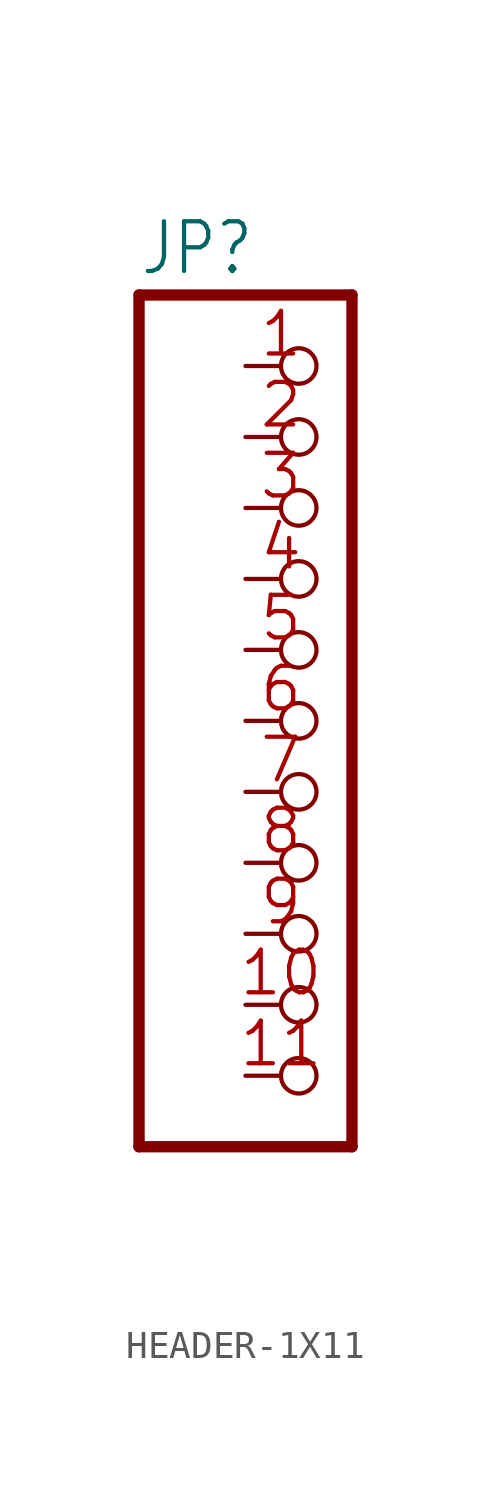
<source format=kicad_sym>
(kicad_symbol_lib
  (version 20241209)
  (generator "kicad_symbol_editor")
  (generator_version "9.0")
  (symbol "HEADER-1X11"
    (property "Reference" "JP"
      (at -6.35 15.875 0)
      (effects (font (size 1.778 1.511)) (justify left bottom)))
    (property "Value" ""
      (at -6.35 -17.78 0)
      (effects (font (size 1.778 1.511)) (justify left bottom)))
    (property "ki_locked" ""
      (at 0 0 0)
      (effects (font (size 1.27 1.27))))
    (symbol "HEADER-1X11_1_0"
      (polyline (pts (xy -6.35 15.24) (xy -6.35 -15.24)) (stroke (width 0.406) (type solid)) (fill (type none)))
      (polyline (pts (xy -6.35 -15.24) (xy 1.27 -15.24)) (stroke (width 0.406) (type solid)) (fill (type none)))
      (polyline (pts (xy 1.27 15.24) (xy -6.35 15.24)) (stroke (width 0.406) (type solid)) (fill (type none)))
      (polyline (pts (xy 1.27 -15.24) (xy 1.27 15.24)) (stroke (width 0.406) (type solid)) (fill (type none)))
      (pin passive inverted (at -2.54 12.7 0) (length 2.54) (name "1" (effects (font (size 0 0)))) (number "1" (effects (font (size 1.524 1.524)))))
      (pin passive inverted (at -2.54 10.16 0) (length 2.54) (name "2" (effects (font (size 0 0)))) (number "2" (effects (font (size 1.524 1.524)))))
      (pin passive inverted (at -2.54 7.62 0) (length 2.54) (name "3" (effects (font (size 0 0)))) (number "3" (effects (font (size 1.524 1.524)))))
      (pin passive inverted (at -2.54 5.08 0) (length 2.54) (name "4" (effects (font (size 0 0)))) (number "4" (effects (font (size 1.524 1.524)))))
      (pin passive inverted (at -2.54 2.54 0) (length 2.54) (name "5" (effects (font (size 0 0)))) (number "5" (effects (font (size 1.524 1.524)))))
      (pin passive inverted (at -2.54 0 0) (length 2.54) (name "6" (effects (font (size 0 0)))) (number "6" (effects (font (size 1.524 1.524)))))
      (pin passive inverted (at -2.54 -2.54 0) (length 2.54) (name "7" (effects (font (size 0 0)))) (number "7" (effects (font (size 1.524 1.524)))))
      (pin passive inverted (at -2.54 -5.08 0) (length 2.54) (name "8" (effects (font (size 0 0)))) (number "8" (effects (font (size 1.524 1.524)))))
      (pin passive inverted (at -2.54 -7.62 0) (length 2.54) (name "9" (effects (font (size 0 0)))) (number "9" (effects (font (size 1.524 1.524)))))
      (pin passive inverted (at -2.54 -10.16 0) (length 2.54) (name "10" (effects (font (size 0 0)))) (number "10" (effects (font (size 1.524 1.524)))))
      (pin passive inverted (at -2.54 -12.7 0) (length 2.54) (name "11" (effects (font (size 0 0)))) (number "11" (effects (font (size 1.524 1.524))))))))
</source>
